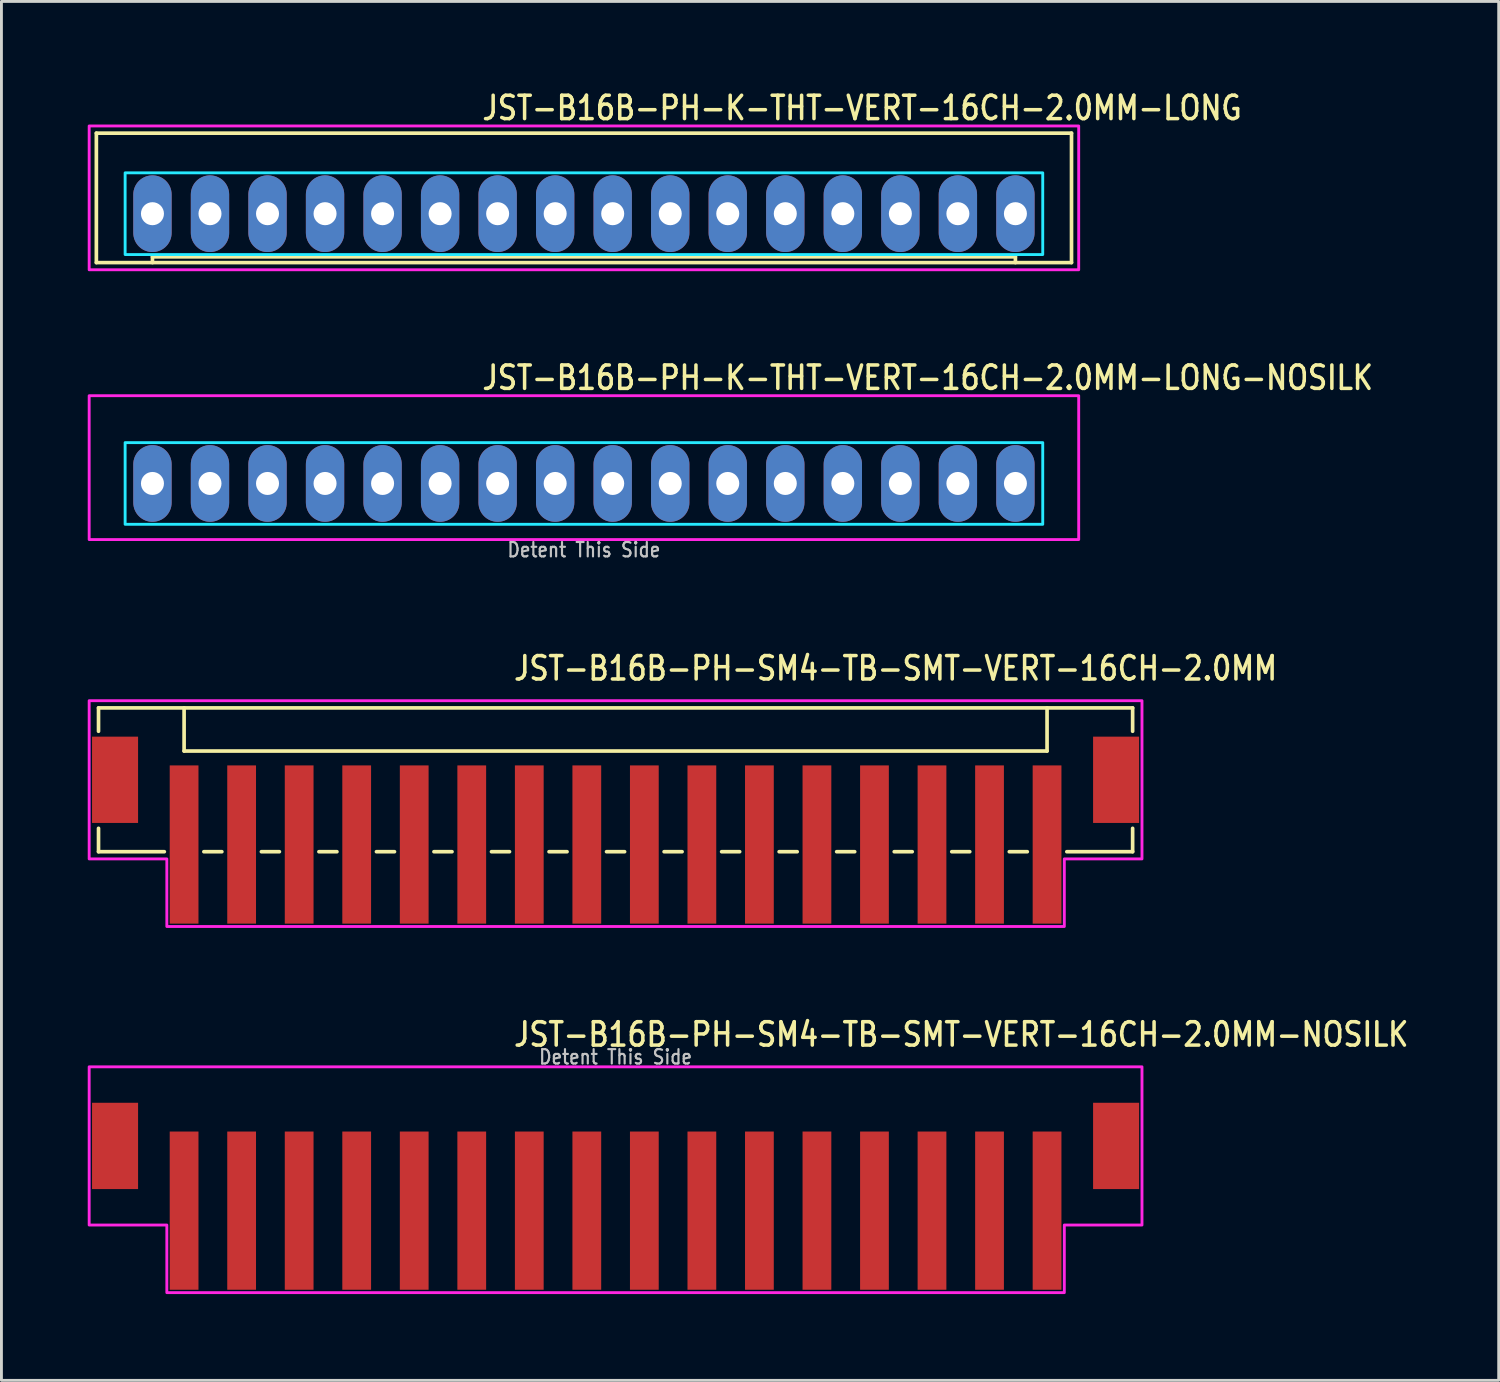
<source format=kicad_pcb>
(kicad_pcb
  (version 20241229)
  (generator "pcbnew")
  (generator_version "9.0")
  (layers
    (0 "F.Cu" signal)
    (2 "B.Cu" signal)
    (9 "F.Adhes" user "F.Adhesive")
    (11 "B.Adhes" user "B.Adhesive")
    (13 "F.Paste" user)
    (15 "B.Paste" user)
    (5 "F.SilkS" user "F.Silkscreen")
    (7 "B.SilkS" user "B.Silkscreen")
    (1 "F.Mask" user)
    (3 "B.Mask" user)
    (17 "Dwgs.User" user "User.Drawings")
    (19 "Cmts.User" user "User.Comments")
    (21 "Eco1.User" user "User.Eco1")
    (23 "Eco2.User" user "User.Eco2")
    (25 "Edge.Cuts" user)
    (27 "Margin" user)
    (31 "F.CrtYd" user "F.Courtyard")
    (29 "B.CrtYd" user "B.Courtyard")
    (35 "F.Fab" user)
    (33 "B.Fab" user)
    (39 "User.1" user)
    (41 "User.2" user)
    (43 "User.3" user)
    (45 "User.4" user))
  (footprint "JST-B16B-PH-SM4-TB-SMT-VERT-16CH-2.0MM"
    (layer "F.Cu")
    (at 18.35 24.059)
    (property "Reference" "JST-B16B-PH-SM4-TB-SMT-VERT-16CH-2.0MM" (at -3.6 -3.4 0) (unlocked yes) (layer "F.SilkS") (effects (font (size 0.813 0.695) (thickness 0.122)) (justify left bottom)))
    (fp_line (start -17.975 -2.5) (end -17.975 -1.687) (stroke (width 0.127) (type solid)) (layer "F.SilkS"))
    (fp_line (start -17.975 -2.5) (end 17.975 -2.5) (stroke (width 0.127) (type solid)) (layer "F.SilkS"))
    (fp_line (start -17.975 2.5) (end -17.975 1.687) (stroke (width 0.127) (type solid)) (layer "F.SilkS"))
    (fp_line (start -17.975 2.5) (end -15.687 2.5) (stroke (width 0.127) (type solid)) (layer "F.SilkS"))
    (fp_line (start -15 -2.5) (end -15 -1) (stroke (width 0.127) (type solid)) (layer "F.SilkS"))
    (fp_line (start -15 -1) (end 15 -1) (stroke (width 0.127) (type solid)) (layer "F.SilkS"))
    (fp_line (start -14.313 2.5) (end -13.687 2.5) (stroke (width 0.127) (type solid)) (layer "F.SilkS"))
    (fp_line (start -12.313 2.5) (end -11.687 2.5) (stroke (width 0.127) (type solid)) (layer "F.SilkS"))
    (fp_line (start -10.313 2.5) (end -9.687 2.5) (stroke (width 0.127) (type solid)) (layer "F.SilkS"))
    (fp_line (start -8.313 2.5) (end -7.686 2.5) (stroke (width 0.127) (type solid)) (layer "F.SilkS"))
    (fp_line (start -6.314 2.5) (end -5.686 2.5) (stroke (width 0.127) (type solid)) (layer "F.SilkS"))
    (fp_line (start -4.314 2.5) (end -3.687 2.5) (stroke (width 0.127) (type solid)) (layer "F.SilkS"))
    (fp_line (start -2.313 2.5) (end -1.687 2.5) (stroke (width 0.127) (type solid)) (layer "F.SilkS"))
    (fp_line (start -0.314 2.5) (end 0.314 2.5) (stroke (width 0.127) (type solid)) (layer "F.SilkS"))
    (fp_line (start 1.687 2.5) (end 2.313 2.5) (stroke (width 0.127) (type solid)) (layer "F.SilkS"))
    (fp_line (start 3.687 2.5) (end 4.314 2.5) (stroke (width 0.127) (type solid)) (layer "F.SilkS"))
    (fp_line (start 5.686 2.5) (end 6.314 2.5) (stroke (width 0.127) (type solid)) (layer "F.SilkS"))
    (fp_line (start 7.686 2.5) (end 8.313 2.5) (stroke (width 0.127) (type solid)) (layer "F.SilkS"))
    (fp_line (start 9.687 2.5) (end 10.313 2.5) (stroke (width 0.127) (type solid)) (layer "F.SilkS"))
    (fp_line (start 11.687 2.5) (end 12.313 2.5) (stroke (width 0.127) (type solid)) (layer "F.SilkS"))
    (fp_line (start 13.687 2.5) (end 14.313 2.5) (stroke (width 0.127) (type solid)) (layer "F.SilkS"))
    (fp_line (start 15 -1) (end 15 -2.5) (stroke (width 0.127) (type solid)) (layer "F.SilkS"))
    (fp_line (start 15.687 2.5) (end 17.975 2.5) (stroke (width 0.127) (type solid)) (layer "F.SilkS"))
    (fp_line (start 17.975 -1.687) (end 17.975 -2.5) (stroke (width 0.127) (type solid)) (layer "F.SilkS"))
    (fp_line (start 17.975 1.687) (end 17.975 2.5) (stroke (width 0.127) (type solid)) (layer "F.SilkS"))
    (fp_poly (pts (xy -18.3 -2.75) (xy -18.3 2.75) (xy -15.6 2.75) (xy -15.6 5.1) (xy 15.6 5.1) (xy 15.6 2.75) (xy 18.3 2.75) (xy 18.3 -2.75)) (stroke (width 0.1) (type solid)) (fill no) (layer "F.CrtYd"))
    (pad "P$1" smd rect (at -15 2.25) (size 1 5.5) (layers "F.Cu" "F.Mask" "F.Paste"))
    (pad "P$2" smd rect (at -13 2.25) (size 1 5.5) (layers "F.Cu" "F.Mask" "F.Paste"))
    (pad "P$3" smd rect (at -11 2.25) (size 1 5.5) (layers "F.Cu" "F.Mask" "F.Paste"))
    (pad "P$4" smd rect (at -9 2.25) (size 1 5.5) (layers "F.Cu" "F.Mask" "F.Paste"))
    (pad "P$5" smd rect (at -7 2.25) (size 1 5.5) (layers "F.Cu" "F.Mask" "F.Paste"))
    (pad "P$6" smd rect (at -5 2.25) (size 1 5.5) (layers "F.Cu" "F.Mask" "F.Paste"))
    (pad "P$7" smd rect (at -3 2.25) (size 1 5.5) (layers "F.Cu" "F.Mask" "F.Paste"))
    (pad "P$8" smd rect (at -1 2.25) (size 1 5.5) (layers "F.Cu" "F.Mask" "F.Paste"))
    (pad "P$9" smd rect (at 1 2.25) (size 1 5.5) (layers "F.Cu" "F.Mask" "F.Paste"))
    (pad "P$10" smd rect (at 3 2.25) (size 1 5.5) (layers "F.Cu" "F.Mask" "F.Paste"))
    (pad "P$11" smd rect (at 5 2.25) (size 1 5.5) (layers "F.Cu" "F.Mask" "F.Paste"))
    (pad "P$12" smd rect (at 7 2.25) (size 1 5.5) (layers "F.Cu" "F.Mask" "F.Paste"))
    (pad "P$13" smd rect (at 9 2.25) (size 1 5.5) (layers "F.Cu" "F.Mask" "F.Paste"))
    (pad "P$14" smd rect (at 11 2.25) (size 1 5.5) (layers "F.Cu" "F.Mask" "F.Paste"))
    (pad "P$15" smd rect (at 13 2.25) (size 1 5.5) (layers "F.Cu" "F.Mask" "F.Paste"))
    (pad "P$16" smd rect (at 15 2.25) (size 1 5.5) (layers "F.Cu" "F.Mask" "F.Paste"))
    (pad "S$1" smd rect (at -17.4 0) (size 1.6 3) (layers "F.Cu" "F.Mask" "F.Paste"))
    (pad "S$2" smd rect (at 17.4 0) (size 1.6 3) (layers "F.Cu" "F.Mask" "F.Paste")))
  (footprint "JST-B16B-PH-K-THT-VERT-16CH-2.0MM-LONG"
    (layer "F.Cu")
    (at 17.25 4.379)
    (property "Reference" "JST-B16B-PH-K-THT-VERT-16CH-2.0MM-LONG" (at -3.6 -3.2 0) (unlocked yes) (layer "F.SilkS") (effects (font (size 0.813 0.695) (thickness 0.122)) (justify left bottom)))
    (fp_line (start -16.95 -2.8) (end -16.95 1.7) (stroke (width 0.127) (type solid)) (layer "F.SilkS"))
    (fp_line (start -16.95 -2.8) (end 16.95 -2.8) (stroke (width 0.127) (type solid)) (layer "F.SilkS"))
    (fp_line (start -16.95 1.7) (end 16.95 1.7) (stroke (width 0.127) (type solid)) (layer "F.SilkS"))
    (fp_line (start -15 1.7) (end -15 1.5) (stroke (width 0.127) (type solid)) (layer "F.SilkS"))
    (fp_line (start 15 1.5) (end -15 1.5) (stroke (width 0.127) (type solid)) (layer "F.SilkS"))
    (fp_line (start 15 1.7) (end 15 1.5) (stroke (width 0.127) (type solid)) (layer "F.SilkS"))
    (fp_line (start 16.95 1.7) (end 16.95 -2.8) (stroke (width 0.127) (type solid)) (layer "F.SilkS"))
    (fp_poly (pts (xy -15.95 -1.42) (xy -15.95 1.42) (xy 15.95 1.42) (xy 15.95 -1.42)) (stroke (width 0.1) (type solid)) (fill no) (layer "B.CrtYd"))
    (fp_poly (pts (xy -17.2 1.95) (xy -17.2 -3.05) (xy 17.2 -3.05) (xy 17.2 1.95)) (stroke (width 0.1) (type solid)) (fill no) (layer "F.CrtYd"))
    (pad "P$1" thru_hole oval (at 15 0 90) (size 2.667 1.333) (drill 0.8) (layers "*.Cu" "*.Mask"))
    (pad "P$2" thru_hole oval (at 13 0 90) (size 2.667 1.333) (drill 0.8) (layers "*.Cu" "*.Mask"))
    (pad "P$3" thru_hole oval (at 11 0 90) (size 2.667 1.333) (drill 0.8) (layers "*.Cu" "*.Mask"))
    (pad "P$4" thru_hole oval (at 9 0 90) (size 2.667 1.333) (drill 0.8) (layers "*.Cu" "*.Mask"))
    (pad "P$5" thru_hole oval (at 7 0 90) (size 2.667 1.333) (drill 0.8) (layers "*.Cu" "*.Mask"))
    (pad "P$6" thru_hole oval (at 5 0 90) (size 2.667 1.333) (drill 0.8) (layers "*.Cu" "*.Mask"))
    (pad "P$7" thru_hole oval (at 3 0 90) (size 2.667 1.333) (drill 0.8) (layers "*.Cu" "*.Mask"))
    (pad "P$8" thru_hole oval (at 1 0 90) (size 2.667 1.333) (drill 0.8) (layers "*.Cu" "*.Mask"))
    (pad "P$9" thru_hole oval (at -1 0 90) (size 2.667 1.333) (drill 0.8) (layers "*.Cu" "*.Mask"))
    (pad "P$10" thru_hole oval (at -3 0 90) (size 2.667 1.333) (drill 0.8) (layers "*.Cu" "*.Mask"))
    (pad "P$11" thru_hole oval (at -5 0 90) (size 2.667 1.333) (drill 0.8) (layers "*.Cu" "*.Mask"))
    (pad "P$12" thru_hole oval (at -7 0 90) (size 2.667 1.333) (drill 0.8) (layers "*.Cu" "*.Mask"))
    (pad "P$13" thru_hole oval (at -9 0 90) (size 2.667 1.333) (drill 0.8) (layers "*.Cu" "*.Mask"))
    (pad "P$14" thru_hole oval (at -11 0 90) (size 2.667 1.333) (drill 0.8) (layers "*.Cu" "*.Mask"))
    (pad "P$15" thru_hole oval (at -13 0 90) (size 2.667 1.333) (drill 0.8) (layers "*.Cu" "*.Mask"))
    (pad "P$16" thru_hole oval (at -15 0 90) (size 2.667 1.333) (drill 0.8) (layers "*.Cu" "*.Mask")))
  (footprint "JST-B16B-PH-SM4-TB-SMT-VERT-16CH-2.0MM-NOSILK"
    (layer "F.Cu")
    (at 18.35 36.787)
    (property "Reference" "JST-B16B-PH-SM4-TB-SMT-VERT-16CH-2.0MM-NOSILK" (at -3.6 -3.4 0) (unlocked yes) (layer "F.SilkS") (effects (font (size 0.813 0.695) (thickness 0.122)) (justify left bottom)))
    (fp_poly (pts (xy -18.3 -2.75) (xy -18.3 2.75) (xy -15.6 2.75) (xy -15.6 5.1) (xy 15.6 5.1) (xy 15.6 2.75) (xy 18.3 2.75) (xy 18.3 -2.75)) (stroke (width 0.1) (type solid)) (fill no) (layer "F.CrtYd"))
    (fp_text user "Detent This Side" (at 0 -2.8 0) (unlocked yes) (layer "Dwgs.User") (effects (font (size 0.5 0.427) (thickness 0.075)) (justify bottom)))
    (pad "P$1" smd rect (at -15 2.25) (size 1 5.5) (layers "F.Cu" "F.Mask" "F.Paste"))
    (pad "P$2" smd rect (at -13 2.25) (size 1 5.5) (layers "F.Cu" "F.Mask" "F.Paste"))
    (pad "P$3" smd rect (at -11 2.25) (size 1 5.5) (layers "F.Cu" "F.Mask" "F.Paste"))
    (pad "P$4" smd rect (at -9 2.25) (size 1 5.5) (layers "F.Cu" "F.Mask" "F.Paste"))
    (pad "P$5" smd rect (at -7 2.25) (size 1 5.5) (layers "F.Cu" "F.Mask" "F.Paste"))
    (pad "P$6" smd rect (at -5 2.25) (size 1 5.5) (layers "F.Cu" "F.Mask" "F.Paste"))
    (pad "P$7" smd rect (at -3 2.25) (size 1 5.5) (layers "F.Cu" "F.Mask" "F.Paste"))
    (pad "P$8" smd rect (at -1 2.25) (size 1 5.5) (layers "F.Cu" "F.Mask" "F.Paste"))
    (pad "P$9" smd rect (at 1 2.25) (size 1 5.5) (layers "F.Cu" "F.Mask" "F.Paste"))
    (pad "P$10" smd rect (at 3 2.25) (size 1 5.5) (layers "F.Cu" "F.Mask" "F.Paste"))
    (pad "P$11" smd rect (at 5 2.25) (size 1 5.5) (layers "F.Cu" "F.Mask" "F.Paste"))
    (pad "P$12" smd rect (at 7 2.25) (size 1 5.5) (layers "F.Cu" "F.Mask" "F.Paste"))
    (pad "P$13" smd rect (at 9 2.25) (size 1 5.5) (layers "F.Cu" "F.Mask" "F.Paste"))
    (pad "P$14" smd rect (at 11 2.25) (size 1 5.5) (layers "F.Cu" "F.Mask" "F.Paste"))
    (pad "P$15" smd rect (at 13 2.25) (size 1 5.5) (layers "F.Cu" "F.Mask" "F.Paste"))
    (pad "P$16" smd rect (at 15 2.25) (size 1 5.5) (layers "F.Cu" "F.Mask" "F.Paste"))
    (pad "S$1" smd rect (at -17.4 0) (size 1.6 3) (layers "F.Cu" "F.Mask" "F.Paste"))
    (pad "S$2" smd rect (at 17.4 0) (size 1.6 3) (layers "F.Cu" "F.Mask" "F.Paste")))
  (footprint "JST-B16B-PH-K-THT-VERT-16CH-2.0MM-LONG-NOSILK"
    (layer "F.Cu")
    (at 17.25 13.757)
    (property "Reference" "JST-B16B-PH-K-THT-VERT-16CH-2.0MM-LONG-NOSILK" (at -3.6 -3.2 0) (unlocked yes) (layer "F.SilkS") (effects (font (size 0.813 0.695) (thickness 0.122)) (justify left bottom)))
    (fp_poly (pts (xy -15.95 -1.42) (xy -15.95 1.42) (xy 15.95 1.42) (xy 15.95 -1.42)) (stroke (width 0.1) (type solid)) (fill no) (layer "B.CrtYd"))
    (fp_poly (pts (xy -17.2 1.95) (xy -17.2 -3.05) (xy 17.2 -3.05) (xy 17.2 1.95)) (stroke (width 0.1) (type solid)) (fill no) (layer "F.CrtYd"))
    (fp_text user "Detent This Side" (at 0 2.6 0) (unlocked yes) (layer "Dwgs.User") (effects (font (size 0.5 0.427) (thickness 0.075)) (justify bottom)))
    (pad "P$1" thru_hole oval (at 15 0 90) (size 2.667 1.333) (drill 0.8) (layers "*.Cu" "*.Mask"))
    (pad "P$2" thru_hole oval (at 13 0 90) (size 2.667 1.333) (drill 0.8) (layers "*.Cu" "*.Mask"))
    (pad "P$3" thru_hole oval (at 11 0 90) (size 2.667 1.333) (drill 0.8) (layers "*.Cu" "*.Mask"))
    (pad "P$4" thru_hole oval (at 9 0 90) (size 2.667 1.333) (drill 0.8) (layers "*.Cu" "*.Mask"))
    (pad "P$5" thru_hole oval (at 7 0 90) (size 2.667 1.333) (drill 0.8) (layers "*.Cu" "*.Mask"))
    (pad "P$6" thru_hole oval (at 5 0 90) (size 2.667 1.333) (drill 0.8) (layers "*.Cu" "*.Mask"))
    (pad "P$7" thru_hole oval (at 3 0 90) (size 2.667 1.333) (drill 0.8) (layers "*.Cu" "*.Mask"))
    (pad "P$8" thru_hole oval (at 1 0 90) (size 2.667 1.333) (drill 0.8) (layers "*.Cu" "*.Mask"))
    (pad "P$9" thru_hole oval (at -1 0 90) (size 2.667 1.333) (drill 0.8) (layers "*.Cu" "*.Mask"))
    (pad "P$10" thru_hole oval (at -3 0 90) (size 2.667 1.333) (drill 0.8) (layers "*.Cu" "*.Mask"))
    (pad "P$11" thru_hole oval (at -5 0 90) (size 2.667 1.333) (drill 0.8) (layers "*.Cu" "*.Mask"))
    (pad "P$12" thru_hole oval (at -7 0 90) (size 2.667 1.333) (drill 0.8) (layers "*.Cu" "*.Mask"))
    (pad "P$13" thru_hole oval (at -9 0 90) (size 2.667 1.333) (drill 0.8) (layers "*.Cu" "*.Mask"))
    (pad "P$14" thru_hole oval (at -11 0 90) (size 2.667 1.333) (drill 0.8) (layers "*.Cu" "*.Mask"))
    (pad "P$15" thru_hole oval (at -13 0 90) (size 2.667 1.333) (drill 0.8) (layers "*.Cu" "*.Mask"))
    (pad "P$16" thru_hole oval (at -15 0 90) (size 2.667 1.333) (drill 0.8) (layers "*.Cu" "*.Mask")))
  (gr_rect
    (start -3 -3)
    (end 49.051 44.937)
    (stroke (width 0.1) (type default))
    (fill no)
    (layer "Edge.Cuts")))
</source>
